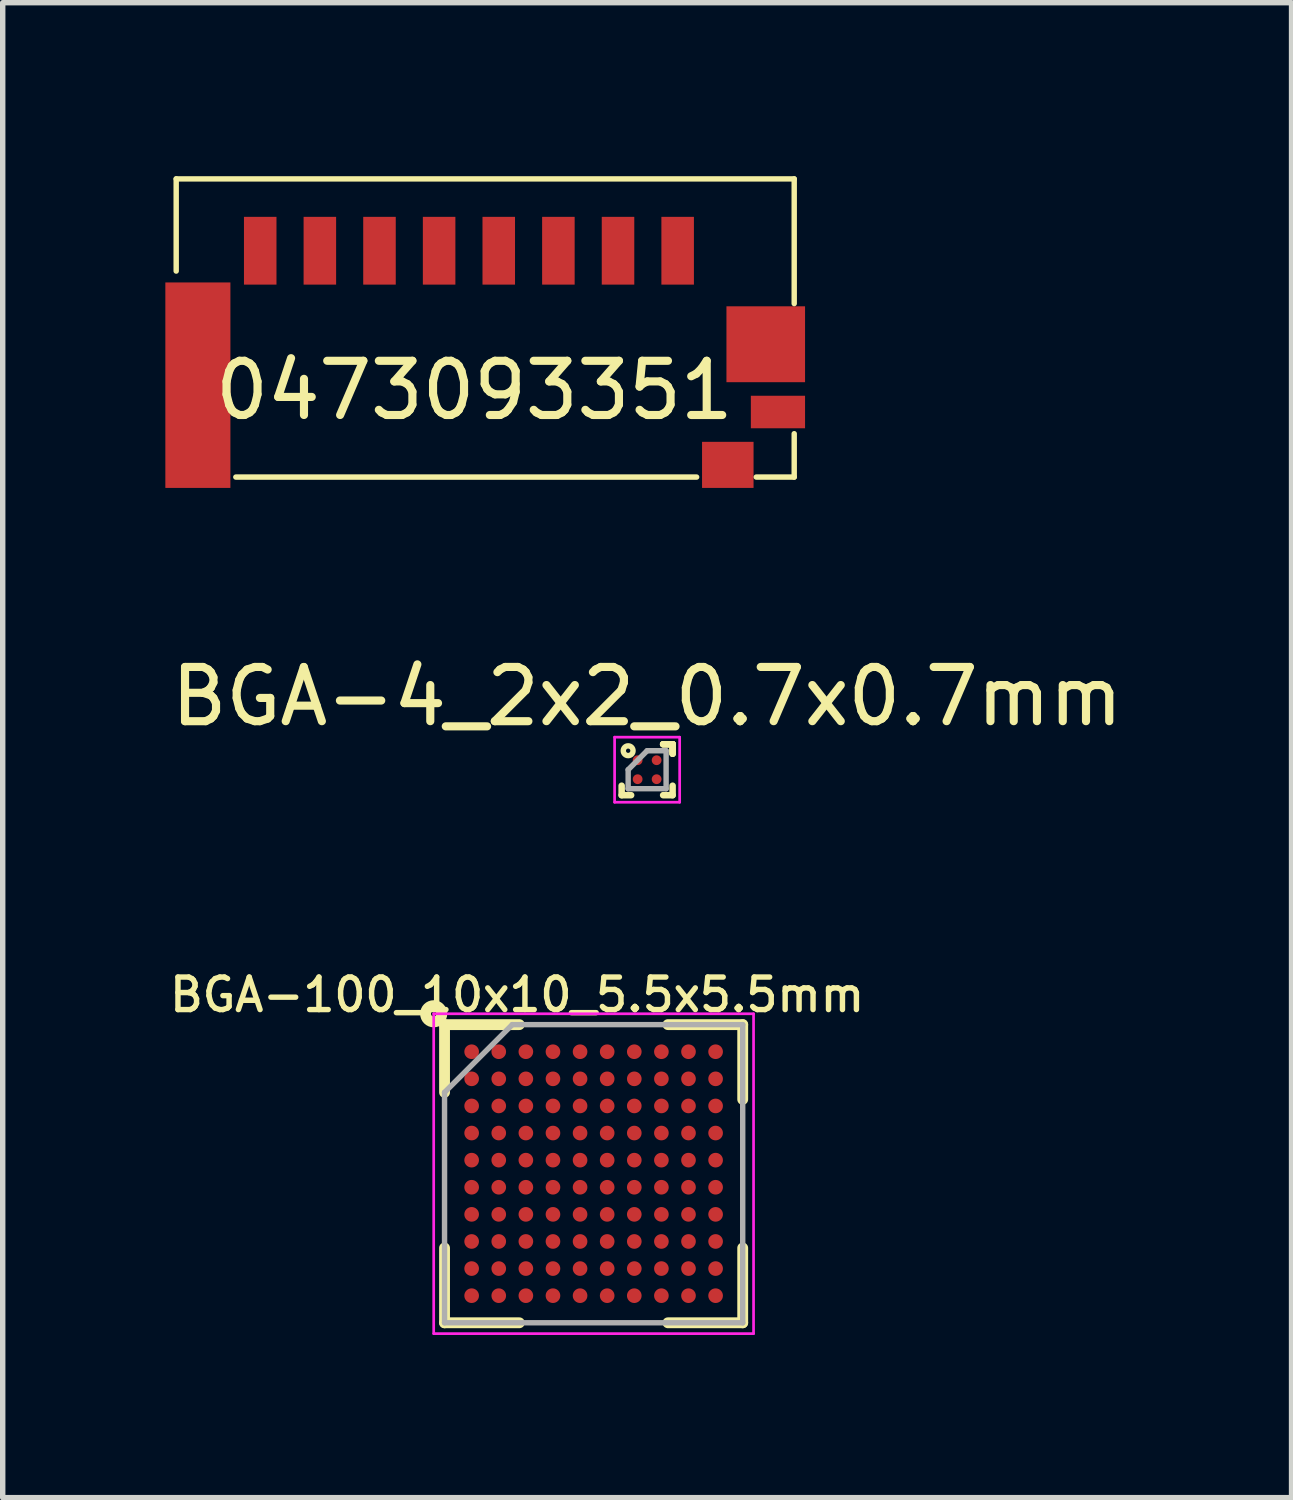
<source format=kicad_pcb>
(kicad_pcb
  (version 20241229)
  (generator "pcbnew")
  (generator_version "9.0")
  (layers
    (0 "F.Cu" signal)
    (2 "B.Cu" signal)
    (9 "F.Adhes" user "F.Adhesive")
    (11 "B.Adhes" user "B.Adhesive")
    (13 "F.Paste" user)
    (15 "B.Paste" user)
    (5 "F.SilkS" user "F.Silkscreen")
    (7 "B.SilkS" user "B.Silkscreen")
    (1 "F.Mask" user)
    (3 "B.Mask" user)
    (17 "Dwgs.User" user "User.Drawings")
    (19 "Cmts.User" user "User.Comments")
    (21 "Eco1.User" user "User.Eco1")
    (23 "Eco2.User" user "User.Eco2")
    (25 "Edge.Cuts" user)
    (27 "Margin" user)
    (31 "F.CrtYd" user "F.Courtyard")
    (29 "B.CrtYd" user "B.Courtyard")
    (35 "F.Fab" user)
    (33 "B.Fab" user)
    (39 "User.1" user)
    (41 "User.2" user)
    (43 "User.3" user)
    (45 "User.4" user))
  (footprint "0473093351"
    (layer "F.Cu")
    (at 5.6 0.25)
    (property "Reference" "0473093351" (at 0.1 3.9 0) (layer "F.SilkS") (effects (font (size 1 1) (thickness 0.15))))
    (attr through_hole)
    (fp_line (start -5.4 0) (end 6 0) (stroke (width 0.1) (type solid)) (layer "F.SilkS"))
    (fp_line (start -5.4 1.7) (end -5.4 0) (stroke (width 0.1) (type solid)) (layer "F.SilkS"))
    (fp_line (start -4.3 5.5) (end 4.2 5.5) (stroke (width 0.1) (type solid)) (layer "F.SilkS"))
    (fp_line (start 5.3 5.5) (end 6 5.5) (stroke (width 0.1) (type solid)) (layer "F.SilkS"))
    (fp_line (start 6 0) (end 6 2.3) (stroke (width 0.1) (type solid)) (layer "F.SilkS"))
    (fp_line (start 6 5.5) (end 6 4.7) (stroke (width 0.1) (type solid)) (layer "F.SilkS"))
    (pad "1" smd rect (at 3.85 1.325) (size 0.6 1.25) (layers "F.Cu" "F.Mask" "F.Paste"))
    (pad "2" smd rect (at 2.75 1.325) (size 0.6 1.25) (layers "F.Cu" "F.Mask" "F.Paste"))
    (pad "3" smd rect (at 1.65 1.325) (size 0.6 1.25) (layers "F.Cu" "F.Mask" "F.Paste"))
    (pad "4" smd rect (at 0.55 1.325) (size 0.6 1.25) (layers "F.Cu" "F.Mask" "F.Paste"))
    (pad "5" smd rect (at -0.55 1.325) (size 0.6 1.25) (layers "F.Cu" "F.Mask" "F.Paste"))
    (pad "6" smd rect (at -1.65 1.325) (size 0.6 1.25) (layers "F.Cu" "F.Mask" "F.Paste"))
    (pad "7" smd rect (at -2.75 1.325) (size 0.6 1.25) (layers "F.Cu" "F.Mask" "F.Paste"))
    (pad "8" smd rect (at -3.85 1.325) (size 0.6 1.25) (layers "F.Cu" "F.Mask" "F.Paste"))
    (pad "G1" smd rect (at -5 3.805) (size 1.2 3.79) (layers "F.Cu" "F.Mask" "F.Paste"))
    (pad "G2" smd rect (at 5.475 3.05) (size 1.45 1.4) (layers "F.Cu" "F.Mask" "F.Paste"))
    (pad "G3" smd rect (at 5.7 4.3) (size 1 0.6) (layers "F.Cu" "F.Mask" "F.Paste"))
    (pad "G4" smd rect (at 4.775 5.275) (size 0.95 0.85) (layers "F.Cu" "F.Mask" "F.Paste")))
  (footprint "BGA-100_10x10_5.5x5.5mm"
    (layer "F.Cu")
    (at 7.9 18.6)
    (property "Reference" "BGA-100_10x10_5.5x5.5mm" (at -1.41 -3.3 0) (layer "F.SilkS") (effects (font (size 0.6 0.6) (thickness 0.1))))
    (attr through_hole)
    (fp_line (start -2.75 -1.5) (end -2.75 -2.75) (stroke (width 0.2) (type solid)) (layer "F.SilkS"))
    (fp_line (start -2.75 2.75) (end -2.75 1.37) (stroke (width 0.2) (type solid)) (layer "F.SilkS"))
    (fp_line (start -1.37 -2.75) (end -2.75 -2.75) (stroke (width 0.2) (type solid)) (layer "F.SilkS"))
    (fp_line (start -1.37 2.75) (end -2.75 2.75) (stroke (width 0.2) (type solid)) (layer "F.SilkS"))
    (fp_line (start 1.37 -2.75) (end 2.75 -2.75) (stroke (width 0.2) (type solid)) (layer "F.SilkS"))
    (fp_line (start 1.37 2.75) (end 2.75 2.75) (stroke (width 0.2) (type solid)) (layer "F.SilkS"))
    (fp_line (start 2.75 -2.75) (end 2.75 -1.37) (stroke (width 0.2) (type solid)) (layer "F.SilkS"))
    (fp_line (start 2.75 2.75) (end 2.75 1.37) (stroke (width 0.2) (type solid)) (layer "F.SilkS"))
    (fp_circle (center -2.95 -2.95) (end -2.8 -2.95) (stroke (width 0.2) (type solid)) (fill no) (layer "F.SilkS"))
    (fp_line (start -2.95 -2.95) (end 2.95 -2.95) (stroke (width 0.05) (type solid)) (layer "F.CrtYd"))
    (fp_line (start -2.95 2.95) (end -2.95 -2.95) (stroke (width 0.05) (type solid)) (layer "F.CrtYd"))
    (fp_line (start 2.95 -2.95) (end 2.95 2.95) (stroke (width 0.05) (type solid)) (layer "F.CrtYd"))
    (fp_line (start 2.95 2.95) (end -2.95 2.95) (stroke (width 0.05) (type solid)) (layer "F.CrtYd"))
    (fp_line (start -2.75 -1.5) (end -2.75 2.75) (stroke (width 0.1) (type solid)) (layer "F.Fab"))
    (fp_line (start -2.75 2.75) (end 2.75 2.75) (stroke (width 0.1) (type solid)) (layer "F.Fab"))
    (fp_line (start -1.5 -2.75) (end -2.75 -1.5) (stroke (width 0.1) (type solid)) (layer "F.Fab"))
    (fp_line (start 2.75 -2.75) (end -1.5 -2.75) (stroke (width 0.1) (type solid)) (layer "F.Fab"))
    (fp_line (start 2.75 2.75) (end 2.75 -2.75) (stroke (width 0.1) (type solid)) (layer "F.Fab"))
    (pad "A1" smd circle (at -2.25 -2.25) (size 0.27 0.27) (layers "F.Cu" "F.Mask" "F.Paste"))
    (pad "A2" smd circle (at -1.75 -2.25) (size 0.27 0.27) (layers "F.Cu" "F.Mask" "F.Paste"))
    (pad "A3" smd circle (at -1.25 -2.25) (size 0.27 0.27) (layers "F.Cu" "F.Mask" "F.Paste"))
    (pad "A4" smd circle (at -0.75 -2.25) (size 0.27 0.27) (layers "F.Cu" "F.Mask" "F.Paste"))
    (pad "A5" smd circle (at -0.25 -2.25) (size 0.27 0.27) (layers "F.Cu" "F.Mask" "F.Paste"))
    (pad "A6" smd circle (at 0.25 -2.25) (size 0.27 0.27) (layers "F.Cu" "F.Mask" "F.Paste"))
    (pad "A7" smd circle (at 0.75 -2.25) (size 0.27 0.27) (layers "F.Cu" "F.Mask" "F.Paste"))
    (pad "A8" smd circle (at 1.25 -2.25) (size 0.27 0.27) (layers "F.Cu" "F.Mask" "F.Paste"))
    (pad "A9" smd circle (at 1.75 -2.25) (size 0.27 0.27) (layers "F.Cu" "F.Mask" "F.Paste"))
    (pad "A10" smd circle (at 2.25 -2.25) (size 0.27 0.27) (layers "F.Cu" "F.Mask" "F.Paste"))
    (pad "B1" smd circle (at -2.25 -1.75) (size 0.27 0.27) (layers "F.Cu" "F.Mask" "F.Paste"))
    (pad "B2" smd circle (at -1.75 -1.75) (size 0.27 0.27) (layers "F.Cu" "F.Mask" "F.Paste"))
    (pad "B3" smd circle (at -1.25 -1.75) (size 0.27 0.27) (layers "F.Cu" "F.Mask" "F.Paste"))
    (pad "B4" smd circle (at -0.75 -1.75) (size 0.27 0.27) (layers "F.Cu" "F.Mask" "F.Paste"))
    (pad "B5" smd circle (at -0.25 -1.75) (size 0.27 0.27) (layers "F.Cu" "F.Mask" "F.Paste"))
    (pad "B6" smd circle (at 0.25 -1.75) (size 0.27 0.27) (layers "F.Cu" "F.Mask" "F.Paste"))
    (pad "B7" smd circle (at 0.75 -1.75) (size 0.27 0.27) (layers "F.Cu" "F.Mask" "F.Paste"))
    (pad "B8" smd circle (at 1.25 -1.75) (size 0.27 0.27) (layers "F.Cu" "F.Mask" "F.Paste"))
    (pad "B9" smd circle (at 1.75 -1.75) (size 0.27 0.27) (layers "F.Cu" "F.Mask" "F.Paste"))
    (pad "B10" smd circle (at 2.25 -1.75) (size 0.27 0.27) (layers "F.Cu" "F.Mask" "F.Paste"))
    (pad "C1" smd circle (at -2.25 -1.25) (size 0.27 0.27) (layers "F.Cu" "F.Mask" "F.Paste"))
    (pad "C2" smd circle (at -1.75 -1.25) (size 0.27 0.27) (layers "F.Cu" "F.Mask" "F.Paste"))
    (pad "C3" smd circle (at -1.25 -1.25) (size 0.27 0.27) (layers "F.Cu" "F.Mask" "F.Paste"))
    (pad "C4" smd circle (at -0.75 -1.25) (size 0.27 0.27) (layers "F.Cu" "F.Mask" "F.Paste"))
    (pad "C5" smd circle (at -0.25 -1.25) (size 0.27 0.27) (layers "F.Cu" "F.Mask" "F.Paste"))
    (pad "C6" smd circle (at 0.25 -1.25) (size 0.27 0.27) (layers "F.Cu" "F.Mask" "F.Paste"))
    (pad "C7" smd circle (at 0.75 -1.25) (size 0.27 0.27) (layers "F.Cu" "F.Mask" "F.Paste"))
    (pad "C8" smd circle (at 1.25 -1.25) (size 0.27 0.27) (layers "F.Cu" "F.Mask" "F.Paste"))
    (pad "C9" smd circle (at 1.75 -1.25) (size 0.27 0.27) (layers "F.Cu" "F.Mask" "F.Paste"))
    (pad "C10" smd circle (at 2.25 -1.25) (size 0.27 0.27) (layers "F.Cu" "F.Mask" "F.Paste"))
    (pad "D1" smd circle (at -2.25 -0.75) (size 0.27 0.27) (layers "F.Cu" "F.Mask" "F.Paste"))
    (pad "D2" smd circle (at -1.75 -0.75) (size 0.27 0.27) (layers "F.Cu" "F.Mask" "F.Paste"))
    (pad "D3" smd circle (at -1.25 -0.75) (size 0.27 0.27) (layers "F.Cu" "F.Mask" "F.Paste"))
    (pad "D4" smd circle (at -0.75 -0.75) (size 0.27 0.27) (layers "F.Cu" "F.Mask" "F.Paste"))
    (pad "D5" smd circle (at -0.25 -0.75) (size 0.27 0.27) (layers "F.Cu" "F.Mask" "F.Paste"))
    (pad "D6" smd circle (at 0.25 -0.75) (size 0.27 0.27) (layers "F.Cu" "F.Mask" "F.Paste"))
    (pad "D7" smd circle (at 0.75 -0.75) (size 0.27 0.27) (layers "F.Cu" "F.Mask" "F.Paste"))
    (pad "D8" smd circle (at 1.25 -0.75) (size 0.27 0.27) (layers "F.Cu" "F.Mask" "F.Paste"))
    (pad "D9" smd circle (at 1.75 -0.75) (size 0.27 0.27) (layers "F.Cu" "F.Mask" "F.Paste"))
    (pad "D10" smd circle (at 2.25 -0.75) (size 0.27 0.27) (layers "F.Cu" "F.Mask" "F.Paste"))
    (pad "E1" smd circle (at -2.25 -0.25) (size 0.27 0.27) (layers "F.Cu" "F.Mask" "F.Paste"))
    (pad "E2" smd circle (at -1.75 -0.25) (size 0.27 0.27) (layers "F.Cu" "F.Mask" "F.Paste"))
    (pad "E3" smd circle (at -1.25 -0.25) (size 0.27 0.27) (layers "F.Cu" "F.Mask" "F.Paste"))
    (pad "E4" smd circle (at -0.75 -0.25) (size 0.27 0.27) (layers "F.Cu" "F.Mask" "F.Paste"))
    (pad "E5" smd circle (at -0.25 -0.25) (size 0.27 0.27) (layers "F.Cu" "F.Mask" "F.Paste"))
    (pad "E6" smd circle (at 0.25 -0.25) (size 0.27 0.27) (layers "F.Cu" "F.Mask" "F.Paste"))
    (pad "E7" smd circle (at 0.75 -0.25) (size 0.27 0.27) (layers "F.Cu" "F.Mask" "F.Paste"))
    (pad "E8" smd circle (at 1.25 -0.25) (size 0.27 0.27) (layers "F.Cu" "F.Mask" "F.Paste"))
    (pad "E9" smd circle (at 1.75 -0.25) (size 0.27 0.27) (layers "F.Cu" "F.Mask" "F.Paste"))
    (pad "E10" smd circle (at 2.25 -0.25) (size 0.27 0.27) (layers "F.Cu" "F.Mask" "F.Paste"))
    (pad "F1" smd circle (at -2.25 0.25) (size 0.27 0.27) (layers "F.Cu" "F.Mask" "F.Paste"))
    (pad "F2" smd circle (at -1.75 0.25) (size 0.27 0.27) (layers "F.Cu" "F.Mask" "F.Paste"))
    (pad "F3" smd circle (at -1.25 0.25) (size 0.27 0.27) (layers "F.Cu" "F.Mask" "F.Paste"))
    (pad "F4" smd circle (at -0.75 0.25) (size 0.27 0.27) (layers "F.Cu" "F.Mask" "F.Paste"))
    (pad "F5" smd circle (at -0.25 0.25) (size 0.27 0.27) (layers "F.Cu" "F.Mask" "F.Paste"))
    (pad "F6" smd circle (at 0.25 0.25) (size 0.27 0.27) (layers "F.Cu" "F.Mask" "F.Paste"))
    (pad "F7" smd circle (at 0.75 0.25) (size 0.27 0.27) (layers "F.Cu" "F.Mask" "F.Paste"))
    (pad "F8" smd circle (at 1.25 0.25) (size 0.27 0.27) (layers "F.Cu" "F.Mask" "F.Paste"))
    (pad "F9" smd circle (at 1.75 0.25) (size 0.27 0.27) (layers "F.Cu" "F.Mask" "F.Paste"))
    (pad "F10" smd circle (at 2.25 0.25) (size 0.27 0.27) (layers "F.Cu" "F.Mask" "F.Paste"))
    (pad "G1" smd circle (at -2.25 0.75) (size 0.27 0.27) (layers "F.Cu" "F.Mask" "F.Paste"))
    (pad "G2" smd circle (at -1.75 0.75) (size 0.27 0.27) (layers "F.Cu" "F.Mask" "F.Paste"))
    (pad "G3" smd circle (at -1.25 0.75) (size 0.27 0.27) (layers "F.Cu" "F.Mask" "F.Paste"))
    (pad "G4" smd circle (at -0.75 0.75) (size 0.27 0.27) (layers "F.Cu" "F.Mask" "F.Paste"))
    (pad "G5" smd circle (at -0.25 0.75) (size 0.27 0.27) (layers "F.Cu" "F.Mask" "F.Paste"))
    (pad "G6" smd circle (at 0.25 0.75) (size 0.27 0.27) (layers "F.Cu" "F.Mask" "F.Paste"))
    (pad "G7" smd circle (at 0.75 0.75) (size 0.27 0.27) (layers "F.Cu" "F.Mask" "F.Paste"))
    (pad "G8" smd circle (at 1.25 0.75) (size 0.27 0.27) (layers "F.Cu" "F.Mask" "F.Paste"))
    (pad "G9" smd circle (at 1.75 0.75) (size 0.27 0.27) (layers "F.Cu" "F.Mask" "F.Paste"))
    (pad "G10" smd circle (at 2.25 0.75) (size 0.27 0.27) (layers "F.Cu" "F.Mask" "F.Paste"))
    (pad "H1" smd circle (at -2.25 1.25) (size 0.27 0.27) (layers "F.Cu" "F.Mask" "F.Paste"))
    (pad "H2" smd circle (at -1.75 1.25) (size 0.27 0.27) (layers "F.Cu" "F.Mask" "F.Paste"))
    (pad "H3" smd circle (at -1.25 1.25) (size 0.27 0.27) (layers "F.Cu" "F.Mask" "F.Paste"))
    (pad "H4" smd circle (at -0.75 1.25) (size 0.27 0.27) (layers "F.Cu" "F.Mask" "F.Paste"))
    (pad "H5" smd circle (at -0.25 1.25) (size 0.27 0.27) (layers "F.Cu" "F.Mask" "F.Paste"))
    (pad "H6" smd circle (at 0.25 1.25) (size 0.27 0.27) (layers "F.Cu" "F.Mask" "F.Paste"))
    (pad "H7" smd circle (at 0.75 1.25) (size 0.27 0.27) (layers "F.Cu" "F.Mask" "F.Paste"))
    (pad "H8" smd circle (at 1.25 1.25) (size 0.27 0.27) (layers "F.Cu" "F.Mask" "F.Paste"))
    (pad "H9" smd circle (at 1.75 1.25) (size 0.27 0.27) (layers "F.Cu" "F.Mask" "F.Paste"))
    (pad "H10" smd circle (at 2.25 1.25) (size 0.27 0.27) (layers "F.Cu" "F.Mask" "F.Paste"))
    (pad "J1" smd circle (at -2.25 1.75) (size 0.27 0.27) (layers "F.Cu" "F.Mask" "F.Paste"))
    (pad "J2" smd circle (at -1.75 1.75) (size 0.27 0.27) (layers "F.Cu" "F.Mask" "F.Paste"))
    (pad "J3" smd circle (at -1.25 1.75) (size 0.27 0.27) (layers "F.Cu" "F.Mask" "F.Paste"))
    (pad "J4" smd circle (at -0.75 1.75) (size 0.27 0.27) (layers "F.Cu" "F.Mask" "F.Paste"))
    (pad "J5" smd circle (at -0.25 1.75) (size 0.27 0.27) (layers "F.Cu" "F.Mask" "F.Paste"))
    (pad "J6" smd circle (at 0.25 1.75) (size 0.27 0.27) (layers "F.Cu" "F.Mask" "F.Paste"))
    (pad "J7" smd circle (at 0.75 1.75) (size 0.27 0.27) (layers "F.Cu" "F.Mask" "F.Paste"))
    (pad "J8" smd circle (at 1.25 1.75) (size 0.27 0.27) (layers "F.Cu" "F.Mask" "F.Paste"))
    (pad "J9" smd circle (at 1.75 1.75) (size 0.27 0.27) (layers "F.Cu" "F.Mask" "F.Paste"))
    (pad "J10" smd circle (at 2.25 1.75) (size 0.27 0.27) (layers "F.Cu" "F.Mask" "F.Paste"))
    (pad "K1" smd circle (at -2.25 2.25) (size 0.27 0.27) (layers "F.Cu" "F.Mask" "F.Paste"))
    (pad "K2" smd circle (at -1.75 2.25) (size 0.27 0.27) (layers "F.Cu" "F.Mask" "F.Paste"))
    (pad "K3" smd circle (at -1.25 2.25) (size 0.27 0.27) (layers "F.Cu" "F.Mask" "F.Paste"))
    (pad "K4" smd circle (at -0.75 2.25) (size 0.27 0.27) (layers "F.Cu" "F.Mask" "F.Paste"))
    (pad "K5" smd circle (at -0.25 2.25) (size 0.27 0.27) (layers "F.Cu" "F.Mask" "F.Paste"))
    (pad "K6" smd circle (at 0.25 2.25) (size 0.27 0.27) (layers "F.Cu" "F.Mask" "F.Paste"))
    (pad "K7" smd circle (at 0.75 2.25) (size 0.27 0.27) (layers "F.Cu" "F.Mask" "F.Paste"))
    (pad "K8" smd circle (at 1.25 2.25) (size 0.27 0.27) (layers "F.Cu" "F.Mask" "F.Paste"))
    (pad "K9" smd circle (at 1.75 2.25) (size 0.27 0.27) (layers "F.Cu" "F.Mask" "F.Paste"))
    (pad "K10" smd circle (at 2.25 2.25) (size 0.27 0.27) (layers "F.Cu" "F.Mask" "F.Paste")))
  (footprint "BGA-4_2x2_0.7x0.7mm"
    (layer "F.Cu")
    (at 8.887 11.148)
    (property "Reference" "BGA-4_2x2_0.7x0.7mm" (at 0 -1.35 0) (layer "F.SilkS") (effects (font (size 1 1) (thickness 0.15))))
    (attr smd)
    (fp_line (start -0.47 0.47) (end -0.47 0.295) (stroke (width 0.12) (type solid)) (layer "F.SilkS"))
    (fp_line (start -0.295 0.47) (end -0.47 0.47) (stroke (width 0.12) (type solid)) (layer "F.SilkS"))
    (fp_line (start 0.295 -0.47) (end 0.47 -0.47) (stroke (width 0.12) (type solid)) (layer "F.SilkS"))
    (fp_line (start 0.295 -0.47) (end 0.47 -0.47) (stroke (width 0.12) (type solid)) (layer "F.SilkS"))
    (fp_line (start 0.295 -0.47) (end 0.47 -0.47) (stroke (width 0.12) (type solid)) (layer "F.SilkS"))
    (fp_line (start 0.295 0.47) (end 0.47 0.47) (stroke (width 0.12) (type solid)) (layer "F.SilkS"))
    (fp_line (start 0.47 -0.47) (end 0.47 -0.295) (stroke (width 0.12) (type solid)) (layer "F.SilkS"))
    (fp_line (start 0.47 -0.47) (end 0.47 -0.295) (stroke (width 0.12) (type solid)) (layer "F.SilkS"))
    (fp_line (start 0.47 -0.47) (end 0.47 -0.295) (stroke (width 0.12) (type solid)) (layer "F.SilkS"))
    (fp_line (start 0.47 0.47) (end 0.47 0.295) (stroke (width 0.12) (type solid)) (layer "F.SilkS"))
    (fp_circle (center -0.35 -0.35) (end -0.31 -0.35) (stroke (width 0.1) (type solid)) (fill no) (layer "F.SilkS"))
    (fp_line (start -0.6 -0.6) (end 0.6 -0.6) (stroke (width 0.05) (type solid)) (layer "F.CrtYd"))
    (fp_line (start -0.6 0.6) (end -0.6 -0.6) (stroke (width 0.05) (type solid)) (layer "F.CrtYd"))
    (fp_line (start 0.6 -0.6) (end 0.6 0.6) (stroke (width 0.05) (type solid)) (layer "F.CrtYd"))
    (fp_line (start 0.6 0.6) (end -0.6 0.6) (stroke (width 0.05) (type solid)) (layer "F.CrtYd"))
    (fp_line (start -0.35 0) (end -0.35 0.35) (stroke (width 0.1) (type solid)) (layer "F.Fab"))
    (fp_line (start -0.35 0.35) (end 0.35 0.35) (stroke (width 0.1) (type solid)) (layer "F.Fab"))
    (fp_line (start 0 -0.35) (end -0.35 0) (stroke (width 0.1) (type solid)) (layer "F.Fab"))
    (fp_line (start 0.35 -0.35) (end 0 -0.35) (stroke (width 0.1) (type solid)) (layer "F.Fab"))
    (fp_line (start 0.35 0.35) (end 0.35 -0.35) (stroke (width 0.1) (type solid)) (layer "F.Fab"))
    (pad "A1" smd circle (at -0.175 -0.175) (size 0.18 0.18) (layers "F.Cu" "F.Mask" "F.Paste"))
    (pad "A2" smd circle (at 0.175 -0.175) (size 0.18 0.18) (layers "F.Cu" "F.Mask" "F.Paste"))
    (pad "B1" smd circle (at -0.175 0.175) (size 0.18 0.18) (layers "F.Cu" "F.Mask" "F.Paste"))
    (pad "B2" smd circle (at 0.175 0.175) (size 0.18 0.18) (layers "F.Cu" "F.Mask" "F.Paste")))
  (gr_rect
    (start -3 -3)
    (end 20.774 24.575)
    (stroke (width 0.1) (type default))
    (fill no)
    (layer "Edge.Cuts")))
</source>
